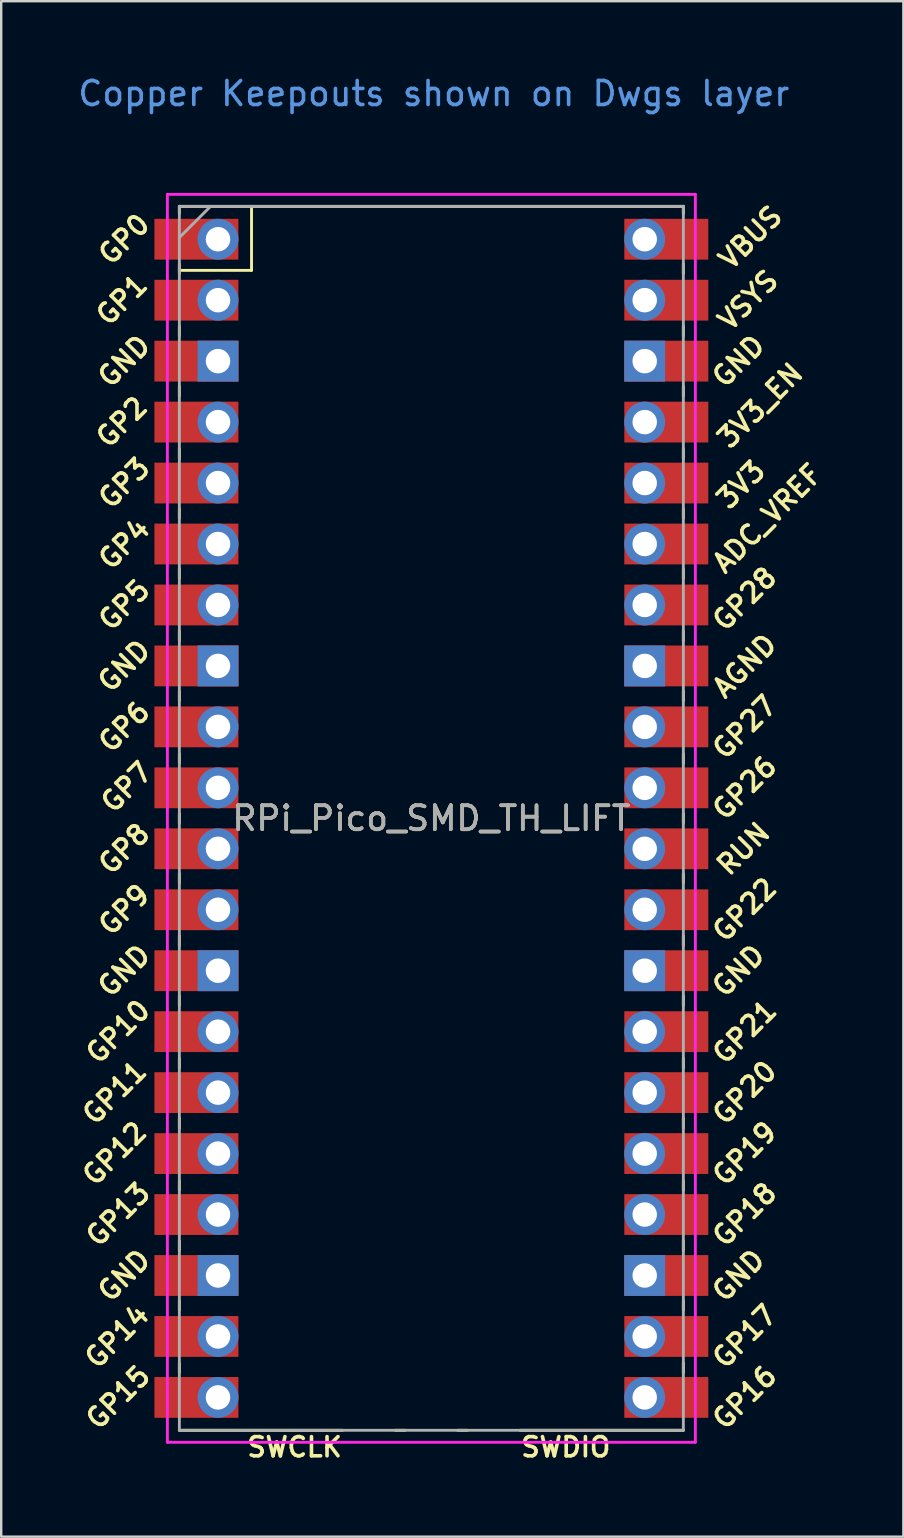
<source format=kicad_pcb>
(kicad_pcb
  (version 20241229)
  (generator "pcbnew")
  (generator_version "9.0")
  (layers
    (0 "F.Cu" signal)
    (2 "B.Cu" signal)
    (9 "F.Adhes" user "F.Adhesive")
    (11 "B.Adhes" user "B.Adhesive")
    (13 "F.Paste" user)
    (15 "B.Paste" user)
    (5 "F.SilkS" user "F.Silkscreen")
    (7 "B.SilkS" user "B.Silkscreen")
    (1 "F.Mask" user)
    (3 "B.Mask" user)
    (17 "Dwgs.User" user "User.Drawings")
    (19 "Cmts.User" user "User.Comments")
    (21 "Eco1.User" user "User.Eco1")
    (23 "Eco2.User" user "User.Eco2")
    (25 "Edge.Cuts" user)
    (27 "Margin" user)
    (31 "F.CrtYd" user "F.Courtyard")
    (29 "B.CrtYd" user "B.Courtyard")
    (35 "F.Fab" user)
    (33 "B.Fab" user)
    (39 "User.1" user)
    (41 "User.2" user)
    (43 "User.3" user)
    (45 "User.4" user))
  (footprint "RPi_Pico_SMD_TH_LIFT"
    (layer "F.Cu")
    (at 14.924 31.048)
    (property "Reference" "RPi_Pico_SMD_TH_LIFT" (at 0 0 0) (layer "F.SilkS") (effects (font (size 1 1) (thickness 0.15))))
    (attr through_hole)
    (fp_line (start -10.5 -25.5) (end -10.5 -25.2) (stroke (width 0.12) (type solid)) (layer "F.SilkS"))
    (fp_line (start -10.5 -25.5) (end 10.5 -25.5) (stroke (width 0.12) (type solid)) (layer "F.SilkS"))
    (fp_line (start -10.5 -23.1) (end -10.5 -22.7) (stroke (width 0.12) (type solid)) (layer "F.SilkS"))
    (fp_line (start -10.5 -22.833) (end -7.493 -22.833) (stroke (width 0.12) (type solid)) (layer "F.SilkS"))
    (fp_line (start -10.5 -20.5) (end -10.5 -20.1) (stroke (width 0.12) (type solid)) (layer "F.SilkS"))
    (fp_line (start -10.5 -18) (end -10.5 -17.6) (stroke (width 0.12) (type solid)) (layer "F.SilkS"))
    (fp_line (start -10.5 -15.4) (end -10.5 -15) (stroke (width 0.12) (type solid)) (layer "F.SilkS"))
    (fp_line (start -10.5 -12.9) (end -10.5 -12.5) (stroke (width 0.12) (type solid)) (layer "F.SilkS"))
    (fp_line (start -10.5 -10.4) (end -10.5 -10) (stroke (width 0.12) (type solid)) (layer "F.SilkS"))
    (fp_line (start -10.5 -7.8) (end -10.5 -7.4) (stroke (width 0.12) (type solid)) (layer "F.SilkS"))
    (fp_line (start -10.5 -5.3) (end -10.5 -4.9) (stroke (width 0.12) (type solid)) (layer "F.SilkS"))
    (fp_line (start -10.5 -2.7) (end -10.5 -2.3) (stroke (width 0.12) (type solid)) (layer "F.SilkS"))
    (fp_line (start -10.5 -0.2) (end -10.5 0.2) (stroke (width 0.12) (type solid)) (layer "F.SilkS"))
    (fp_line (start -10.5 2.3) (end -10.5 2.7) (stroke (width 0.12) (type solid)) (layer "F.SilkS"))
    (fp_line (start -10.5 4.9) (end -10.5 5.3) (stroke (width 0.12) (type solid)) (layer "F.SilkS"))
    (fp_line (start -10.5 7.4) (end -10.5 7.8) (stroke (width 0.12) (type solid)) (layer "F.SilkS"))
    (fp_line (start -10.5 10) (end -10.5 10.4) (stroke (width 0.12) (type solid)) (layer "F.SilkS"))
    (fp_line (start -10.5 12.5) (end -10.5 12.9) (stroke (width 0.12) (type solid)) (layer "F.SilkS"))
    (fp_line (start -10.5 15.1) (end -10.5 15.5) (stroke (width 0.12) (type solid)) (layer "F.SilkS"))
    (fp_line (start -10.5 17.6) (end -10.5 18) (stroke (width 0.12) (type solid)) (layer "F.SilkS"))
    (fp_line (start -10.5 20.1) (end -10.5 20.5) (stroke (width 0.12) (type solid)) (layer "F.SilkS"))
    (fp_line (start -10.5 22.7) (end -10.5 23.1) (stroke (width 0.12) (type solid)) (layer "F.SilkS"))
    (fp_line (start -7.493 -22.833) (end -7.493 -25.5) (stroke (width 0.12) (type solid)) (layer "F.SilkS"))
    (fp_line (start -3.7 25.5) (end -10.5 25.5) (stroke (width 0.12) (type solid)) (layer "F.SilkS"))
    (fp_line (start -1.5 25.5) (end -1.1 25.5) (stroke (width 0.12) (type solid)) (layer "F.SilkS"))
    (fp_line (start 1.1 25.5) (end 1.5 25.5) (stroke (width 0.12) (type solid)) (layer "F.SilkS"))
    (fp_line (start 10.5 -25.5) (end 10.5 -25.2) (stroke (width 0.12) (type solid)) (layer "F.SilkS"))
    (fp_line (start 10.5 -23.1) (end 10.5 -22.7) (stroke (width 0.12) (type solid)) (layer "F.SilkS"))
    (fp_line (start 10.5 -20.5) (end 10.5 -20.1) (stroke (width 0.12) (type solid)) (layer "F.SilkS"))
    (fp_line (start 10.5 -18) (end 10.5 -17.6) (stroke (width 0.12) (type solid)) (layer "F.SilkS"))
    (fp_line (start 10.5 -15.4) (end 10.5 -15) (stroke (width 0.12) (type solid)) (layer "F.SilkS"))
    (fp_line (start 10.5 -12.9) (end 10.5 -12.5) (stroke (width 0.12) (type solid)) (layer "F.SilkS"))
    (fp_line (start 10.5 -10.4) (end 10.5 -10) (stroke (width 0.12) (type solid)) (layer "F.SilkS"))
    (fp_line (start 10.5 -7.8) (end 10.5 -7.4) (stroke (width 0.12) (type solid)) (layer "F.SilkS"))
    (fp_line (start 10.5 -5.3) (end 10.5 -4.9) (stroke (width 0.12) (type solid)) (layer "F.SilkS"))
    (fp_line (start 10.5 -2.7) (end 10.5 -2.3) (stroke (width 0.12) (type solid)) (layer "F.SilkS"))
    (fp_line (start 10.5 -0.2) (end 10.5 0.2) (stroke (width 0.12) (type solid)) (layer "F.SilkS"))
    (fp_line (start 10.5 2.3) (end 10.5 2.7) (stroke (width 0.12) (type solid)) (layer "F.SilkS"))
    (fp_line (start 10.5 4.9) (end 10.5 5.3) (stroke (width 0.12) (type solid)) (layer "F.SilkS"))
    (fp_line (start 10.5 7.4) (end 10.5 7.8) (stroke (width 0.12) (type solid)) (layer "F.SilkS"))
    (fp_line (start 10.5 10) (end 10.5 10.4) (stroke (width 0.12) (type solid)) (layer "F.SilkS"))
    (fp_line (start 10.5 12.5) (end 10.5 12.9) (stroke (width 0.12) (type solid)) (layer "F.SilkS"))
    (fp_line (start 10.5 15.1) (end 10.5 15.5) (stroke (width 0.12) (type solid)) (layer "F.SilkS"))
    (fp_line (start 10.5 17.6) (end 10.5 18) (stroke (width 0.12) (type solid)) (layer "F.SilkS"))
    (fp_line (start 10.5 20.1) (end 10.5 20.5) (stroke (width 0.12) (type solid)) (layer "F.SilkS"))
    (fp_line (start 10.5 22.7) (end 10.5 23.1) (stroke (width 0.12) (type solid)) (layer "F.SilkS"))
    (fp_line (start 10.5 25.5) (end 3.7 25.5) (stroke (width 0.12) (type solid)) (layer "F.SilkS"))
    (fp_line (start -11 -26) (end 11 -26) (stroke (width 0.12) (type solid)) (layer "F.CrtYd"))
    (fp_line (start -11 26) (end -11 -26) (stroke (width 0.12) (type solid)) (layer "F.CrtYd"))
    (fp_line (start 11 -26) (end 11 26) (stroke (width 0.12) (type solid)) (layer "F.CrtYd"))
    (fp_line (start 11 26) (end -11 26) (stroke (width 0.12) (type solid)) (layer "F.CrtYd"))
    (fp_line (start -10.5 -25.5) (end 10.5 -25.5) (stroke (width 0.12) (type solid)) (layer "F.Fab"))
    (fp_line (start -10.5 -24.2) (end -9.2 -25.5) (stroke (width 0.12) (type solid)) (layer "F.Fab"))
    (fp_line (start -10.5 25.5) (end -10.5 -25.5) (stroke (width 0.12) (type solid)) (layer "F.Fab"))
    (fp_line (start 10.5 -25.5) (end 10.5 25.5) (stroke (width 0.12) (type solid)) (layer "F.Fab"))
    (fp_line (start 10.5 25.5) (end -10.5 25.5) (stroke (width 0.12) (type solid)) (layer "F.Fab"))
    (fp_text user "GND" (at -12.8 -6.35 45) (layer "F.SilkS") (effects (font (size 0.8 0.8) (thickness 0.15))))
    (fp_text user "GP16" (at 13.054 24.13 45) (layer "F.SilkS") (effects (font (size 0.8 0.8) (thickness 0.15))))
    (fp_text user "GP1" (at -12.9 -21.6 45) (layer "F.SilkS") (effects (font (size 0.8 0.8) (thickness 0.15))))
    (fp_text user "GND" (at -12.8 -19.05 45) (layer "F.SilkS") (effects (font (size 0.8 0.8) (thickness 0.15))))
    (fp_text user "GP12" (at -13.2 13.97 45) (layer "F.SilkS") (effects (font (size 0.8 0.8) (thickness 0.15))))
    (fp_text user "GP2" (at -12.9 -16.51 45) (layer "F.SilkS") (effects (font (size 0.8 0.8) (thickness 0.15))))
    (fp_text user "GP3" (at -12.8 -13.97 45) (layer "F.SilkS") (effects (font (size 0.8 0.8) (thickness 0.15))))
    (fp_text user "GP8" (at -12.8 1.27 45) (layer "F.SilkS") (effects (font (size 0.8 0.8) (thickness 0.15))))
    (fp_text user "GP10" (at -13.054 8.89 45) (layer "F.SilkS") (effects (font (size 0.8 0.8) (thickness 0.15))))
    (fp_text user "GND" (at 12.8 19.05 45) (layer "F.SilkS") (effects (font (size 0.8 0.8) (thickness 0.15))))
    (fp_text user "3V3" (at 12.9 -13.9 45) (layer "F.SilkS") (effects (font (size 0.8 0.8) (thickness 0.15))))
    (fp_text user "GP22" (at 13.054 3.81 45) (layer "F.SilkS") (effects (font (size 0.8 0.8) (thickness 0.15))))
    (fp_text user "GP11" (at -13.2 11.43 45) (layer "F.SilkS") (effects (font (size 0.8 0.8) (thickness 0.15))))
    (fp_text user "GND" (at -12.8 19.05 45) (layer "F.SilkS") (effects (font (size 0.8 0.8) (thickness 0.15))))
    (fp_text user "GP6" (at -12.8 -3.81 45) (layer "F.SilkS") (effects (font (size 0.8 0.8) (thickness 0.15))))
    (fp_text user "GP28" (at 13.054 -9.144 45) (layer "F.SilkS") (effects (font (size 0.8 0.8) (thickness 0.15))))
    (fp_text user "ADC_VREF" (at 14 -12.5 45) (layer "F.SilkS") (effects (font (size 0.8 0.8) (thickness 0.15))))
    (fp_text user "GP26" (at 13.054 -1.27 45) (layer "F.SilkS") (effects (font (size 0.8 0.8) (thickness 0.15))))
    (fp_text user "GND" (at 12.8 -19.05 45) (layer "F.SilkS") (effects (font (size 0.8 0.8) (thickness 0.15))))
    (fp_text user "GP5" (at -12.8 -8.89 45) (layer "F.SilkS") (effects (font (size 0.8 0.8) (thickness 0.15))))
    (fp_text user "VSYS" (at 13.2 -21.59 45) (layer "F.SilkS") (effects (font (size 0.8 0.8) (thickness 0.15))))
    (fp_text user "RUN" (at 13 1.27 45) (layer "F.SilkS") (effects (font (size 0.8 0.8) (thickness 0.15))))
    (fp_text user "GP27" (at 13.054 -3.8 45) (layer "F.SilkS") (effects (font (size 0.8 0.8) (thickness 0.15))))
    (fp_text user "GND" (at 12.8 6.35 45) (layer "F.SilkS") (effects (font (size 0.8 0.8) (thickness 0.15))))
    (fp_text user "GP21" (at 13.054 8.9 45) (layer "F.SilkS") (effects (font (size 0.8 0.8) (thickness 0.15))))
    (fp_text user "GP4" (at -12.8 -11.43 45) (layer "F.SilkS") (effects (font (size 0.8 0.8) (thickness 0.15))))
    (fp_text user "3V3_EN" (at 13.7 -17.2 45) (layer "F.SilkS") (effects (font (size 0.8 0.8) (thickness 0.15))))
    (fp_text user "GP14" (at -13.1 21.59 45) (layer "F.SilkS") (effects (font (size 0.8 0.8) (thickness 0.15))))
    (fp_text user "GP20" (at 13.054 11.43 45) (layer "F.SilkS") (effects (font (size 0.8 0.8) (thickness 0.15))))
    (fp_text user "SWDIO" (at 5.6 26.2 0) (layer "F.SilkS") (effects (font (size 0.8 0.8) (thickness 0.15))))
    (fp_text user "GP7" (at -12.7 -1.3 45) (layer "F.SilkS") (effects (font (size 0.8 0.8) (thickness 0.15))))
    (fp_text user "GP17" (at 13.054 21.59 45) (layer "F.SilkS") (effects (font (size 0.8 0.8) (thickness 0.15))))
    (fp_text user "GP19" (at 13.054 13.97 45) (layer "F.SilkS") (effects (font (size 0.8 0.8) (thickness 0.15))))
    (fp_text user "SWCLK" (at -5.7 26.2 0) (layer "F.SilkS") (effects (font (size 0.8 0.8) (thickness 0.15))))
    (fp_text user "AGND" (at 13.054 -6.35 45) (layer "F.SilkS") (effects (font (size 0.8 0.8) (thickness 0.15))))
    (fp_text user "GND" (at -12.8 6.35 45) (layer "F.SilkS") (effects (font (size 0.8 0.8) (thickness 0.15))))
    (fp_text user "GP18" (at 13.054 16.51 45) (layer "F.SilkS") (effects (font (size 0.8 0.8) (thickness 0.15))))
    (fp_text user "VBUS" (at 13.3 -24.2 45) (layer "F.SilkS") (effects (font (size 0.8 0.8) (thickness 0.15))))
    (fp_text user "GP15" (at -13.054 24.13 45) (layer "F.SilkS") (effects (font (size 0.8 0.8) (thickness 0.15))))
    (fp_text user "GP0" (at -12.8 -24.13 45) (layer "F.SilkS") (effects (font (size 0.8 0.8) (thickness 0.15))))
    (fp_text user "GP13" (at -13.054 16.51 45) (layer "F.SilkS") (effects (font (size 0.8 0.8) (thickness 0.15))))
    (fp_text user "GP9" (at -12.8 3.81 45) (layer "F.SilkS") (effects (font (size 0.8 0.8) (thickness 0.15))))
    (fp_text user "Copper Keepouts shown on Dwgs layer" (at 0.1 -30.2 0) (layer "Cmts.User") (effects (font (size 1 1) (thickness 0.15))))
    (fp_text user "${REFERENCE}" (at 0 0 180) (layer "F.Fab") (effects (font (size 1 1) (thickness 0.15))))
    (pad "1" thru_hole oval (at -8.89 -24.13) (size 1.7 1.7) (drill 1.02) (layers "*.Cu" "*.Mask"))
    (pad "1" smd rect (at -8.89 -24.13) (size 3.5 1.7) (drill (offset -0.9 0)) (layers "F.Cu" "F.Mask"))
    (pad "2" thru_hole oval (at -8.89 -21.59) (size 1.7 1.7) (drill 1.02) (layers "*.Cu" "*.Mask"))
    (pad "2" smd rect (at -8.89 -21.59) (size 3.5 1.7) (drill (offset -0.9 0)) (layers "F.Cu" "F.Mask"))
    (pad "3" thru_hole rect (at -8.89 -19.05) (size 1.7 1.7) (drill 1.02) (layers "*.Cu" "*.Mask"))
    (pad "3" smd rect (at -8.89 -19.05) (size 3.5 1.7) (drill (offset -0.9 0)) (layers "F.Cu" "F.Mask"))
    (pad "4" thru_hole oval (at -8.89 -16.51) (size 1.7 1.7) (drill 1.02) (layers "*.Cu" "*.Mask"))
    (pad "4" smd rect (at -8.89 -16.51) (size 3.5 1.7) (drill (offset -0.9 0)) (layers "F.Cu" "F.Mask"))
    (pad "5" thru_hole oval (at -8.89 -13.97) (size 1.7 1.7) (drill 1.02) (layers "*.Cu" "*.Mask"))
    (pad "5" smd rect (at -8.89 -13.97) (size 3.5 1.7) (drill (offset -0.9 0)) (layers "F.Cu" "F.Mask"))
    (pad "6" thru_hole oval (at -8.89 -11.43) (size 1.7 1.7) (drill 1.02) (layers "*.Cu" "*.Mask"))
    (pad "6" smd rect (at -8.89 -11.43) (size 3.5 1.7) (drill (offset -0.9 0)) (layers "F.Cu" "F.Mask"))
    (pad "7" thru_hole oval (at -8.89 -8.89) (size 1.7 1.7) (drill 1.02) (layers "*.Cu" "*.Mask"))
    (pad "7" smd rect (at -8.89 -8.89) (size 3.5 1.7) (drill (offset -0.9 0)) (layers "F.Cu" "F.Mask"))
    (pad "8" thru_hole rect (at -8.89 -6.35) (size 1.7 1.7) (drill 1.02) (layers "*.Cu" "*.Mask"))
    (pad "8" smd rect (at -8.89 -6.35) (size 3.5 1.7) (drill (offset -0.9 0)) (layers "F.Cu" "F.Mask"))
    (pad "9" thru_hole oval (at -8.89 -3.81) (size 1.7 1.7) (drill 1.02) (layers "*.Cu" "*.Mask"))
    (pad "9" smd rect (at -8.89 -3.81) (size 3.5 1.7) (drill (offset -0.9 0)) (layers "F.Cu" "F.Mask"))
    (pad "10" thru_hole oval (at -8.89 -1.27) (size 1.7 1.7) (drill 1.02) (layers "*.Cu" "*.Mask"))
    (pad "10" smd rect (at -8.89 -1.27) (size 3.5 1.7) (drill (offset -0.9 0)) (layers "F.Cu" "F.Mask"))
    (pad "11" thru_hole oval (at -8.89 1.27) (size 1.7 1.7) (drill 1.02) (layers "*.Cu" "*.Mask"))
    (pad "11" smd rect (at -8.89 1.27) (size 3.5 1.7) (drill (offset -0.9 0)) (layers "F.Cu" "F.Mask"))
    (pad "12" thru_hole oval (at -8.89 3.81) (size 1.7 1.7) (drill 1.02) (layers "*.Cu" "*.Mask"))
    (pad "12" smd rect (at -8.89 3.81) (size 3.5 1.7) (drill (offset -0.9 0)) (layers "F.Cu" "F.Mask"))
    (pad "13" thru_hole rect (at -8.89 6.35) (size 1.7 1.7) (drill 1.02) (layers "*.Cu" "*.Mask"))
    (pad "13" smd rect (at -8.89 6.35) (size 3.5 1.7) (drill (offset -0.9 0)) (layers "F.Cu" "F.Mask"))
    (pad "14" thru_hole oval (at -8.89 8.89) (size 1.7 1.7) (drill 1.02) (layers "*.Cu" "*.Mask"))
    (pad "14" smd rect (at -8.89 8.89) (size 3.5 1.7) (drill (offset -0.9 0)) (layers "F.Cu" "F.Mask"))
    (pad "15" thru_hole oval (at -8.89 11.43) (size 1.7 1.7) (drill 1.02) (layers "*.Cu" "*.Mask"))
    (pad "15" smd rect (at -8.89 11.43) (size 3.5 1.7) (drill (offset -0.9 0)) (layers "F.Cu" "F.Mask"))
    (pad "16" thru_hole oval (at -8.89 13.97) (size 1.7 1.7) (drill 1.02) (layers "*.Cu" "*.Mask"))
    (pad "16" smd rect (at -8.89 13.97) (size 3.5 1.7) (drill (offset -0.9 0)) (layers "F.Cu" "F.Mask"))
    (pad "17" thru_hole oval (at -8.89 16.51) (size 1.7 1.7) (drill 1.02) (layers "*.Cu" "*.Mask"))
    (pad "17" smd rect (at -8.89 16.51) (size 3.5 1.7) (drill (offset -0.9 0)) (layers "F.Cu" "F.Mask"))
    (pad "18" thru_hole rect (at -8.89 19.05) (size 1.7 1.7) (drill 1.02) (layers "*.Cu" "*.Mask"))
    (pad "18" smd rect (at -8.89 19.05) (size 3.5 1.7) (drill (offset -0.9 0)) (layers "F.Cu" "F.Mask"))
    (pad "19" thru_hole oval (at -8.89 21.59) (size 1.7 1.7) (drill 1.02) (layers "*.Cu" "*.Mask"))
    (pad "19" smd rect (at -8.89 21.59) (size 3.5 1.7) (drill (offset -0.9 0)) (layers "F.Cu" "F.Mask"))
    (pad "20" thru_hole oval (at -8.89 24.13) (size 1.7 1.7) (drill 1.02) (layers "*.Cu" "*.Mask"))
    (pad "20" smd rect (at -8.89 24.13) (size 3.5 1.7) (drill (offset -0.9 0)) (layers "F.Cu" "F.Mask"))
    (pad "21" thru_hole oval (at 8.89 24.13) (size 1.7 1.7) (drill 1.02) (layers "*.Cu" "*.Mask"))
    (pad "21" smd rect (at 8.89 24.13) (size 3.5 1.7) (drill (offset 0.9 0)) (layers "F.Cu" "F.Mask"))
    (pad "22" thru_hole oval (at 8.89 21.59) (size 1.7 1.7) (drill 1.02) (layers "*.Cu" "*.Mask"))
    (pad "22" smd rect (at 8.89 21.59) (size 3.5 1.7) (drill (offset 0.9 0)) (layers "F.Cu" "F.Mask"))
    (pad "23" thru_hole rect (at 8.89 19.05) (size 1.7 1.7) (drill 1.02) (layers "*.Cu" "*.Mask"))
    (pad "23" smd rect (at 8.89 19.05) (size 3.5 1.7) (drill (offset 0.9 0)) (layers "F.Cu" "F.Mask"))
    (pad "24" thru_hole oval (at 8.89 16.51) (size 1.7 1.7) (drill 1.02) (layers "*.Cu" "*.Mask"))
    (pad "24" smd rect (at 8.89 16.51) (size 3.5 1.7) (drill (offset 0.9 0)) (layers "F.Cu" "F.Mask"))
    (pad "25" thru_hole oval (at 8.89 13.97) (size 1.7 1.7) (drill 1.02) (layers "*.Cu" "*.Mask"))
    (pad "25" smd rect (at 8.89 13.97) (size 3.5 1.7) (drill (offset 0.9 0)) (layers "F.Cu" "F.Mask"))
    (pad "26" thru_hole oval (at 8.89 11.43) (size 1.7 1.7) (drill 1.02) (layers "*.Cu" "*.Mask"))
    (pad "26" smd rect (at 8.89 11.43) (size 3.5 1.7) (drill (offset 0.9 0)) (layers "F.Cu" "F.Mask"))
    (pad "27" thru_hole oval (at 8.89 8.89) (size 1.7 1.7) (drill 1.02) (layers "*.Cu" "*.Mask"))
    (pad "27" smd rect (at 8.89 8.89) (size 3.5 1.7) (drill (offset 0.9 0)) (layers "F.Cu" "F.Mask"))
    (pad "28" thru_hole rect (at 8.89 6.35) (size 1.7 1.7) (drill 1.02) (layers "*.Cu" "*.Mask"))
    (pad "28" smd rect (at 8.89 6.35) (size 3.5 1.7) (drill (offset 0.9 0)) (layers "F.Cu" "F.Mask"))
    (pad "29" thru_hole oval (at 8.89 3.81) (size 1.7 1.7) (drill 1.02) (layers "*.Cu" "*.Mask"))
    (pad "29" smd rect (at 8.89 3.81) (size 3.5 1.7) (drill (offset 0.9 0)) (layers "F.Cu" "F.Mask"))
    (pad "30" thru_hole oval (at 8.89 1.27) (size 1.7 1.7) (drill 1.02) (layers "*.Cu" "*.Mask"))
    (pad "30" smd rect (at 8.89 1.27) (size 3.5 1.7) (drill (offset 0.9 0)) (layers "F.Cu" "F.Mask"))
    (pad "31" thru_hole oval (at 8.89 -1.27) (size 1.7 1.7) (drill 1.02) (layers "*.Cu" "*.Mask"))
    (pad "31" smd rect (at 8.89 -1.27) (size 3.5 1.7) (drill (offset 0.9 0)) (layers "F.Cu" "F.Mask"))
    (pad "32" thru_hole oval (at 8.89 -3.81) (size 1.7 1.7) (drill 1.02) (layers "*.Cu" "*.Mask"))
    (pad "32" smd rect (at 8.89 -3.81) (size 3.5 1.7) (drill (offset 0.9 0)) (layers "F.Cu" "F.Mask"))
    (pad "33" thru_hole rect (at 8.89 -6.35) (size 1.7 1.7) (drill 1.02) (layers "*.Cu" "*.Mask"))
    (pad "33" smd rect (at 8.89 -6.35) (size 3.5 1.7) (drill (offset 0.9 0)) (layers "F.Cu" "F.Mask"))
    (pad "34" thru_hole oval (at 8.89 -8.89) (size 1.7 1.7) (drill 1.02) (layers "*.Cu" "*.Mask"))
    (pad "34" smd rect (at 8.89 -8.89) (size 3.5 1.7) (drill (offset 0.9 0)) (layers "F.Cu" "F.Mask"))
    (pad "35" thru_hole oval (at 8.89 -11.43) (size 1.7 1.7) (drill 1.02) (layers "*.Cu" "*.Mask"))
    (pad "35" smd rect (at 8.89 -11.43) (size 3.5 1.7) (drill (offset 0.9 0)) (layers "F.Cu" "F.Mask"))
    (pad "36" thru_hole oval (at 8.89 -13.97) (size 1.7 1.7) (drill 1.02) (layers "*.Cu" "*.Mask"))
    (pad "36" smd rect (at 8.89 -13.97) (size 3.5 1.7) (drill (offset 0.9 0)) (layers "F.Cu" "F.Mask"))
    (pad "37" thru_hole oval (at 8.89 -16.51) (size 1.7 1.7) (drill 1.02) (layers "*.Cu" "*.Mask"))
    (pad "37" smd rect (at 8.89 -16.51) (size 3.5 1.7) (drill (offset 0.9 0)) (layers "F.Cu" "F.Mask"))
    (pad "38" thru_hole rect (at 8.89 -19.05) (size 1.7 1.7) (drill 1.02) (layers "*.Cu" "*.Mask"))
    (pad "38" smd rect (at 8.89 -19.05) (size 3.5 1.7) (drill (offset 0.9 0)) (layers "F.Cu" "F.Mask"))
    (pad "39" thru_hole oval (at 8.89 -21.59) (size 1.7 1.7) (drill 1.02) (layers "*.Cu" "*.Mask"))
    (pad "39" smd rect (at 8.89 -21.59) (size 3.5 1.7) (drill (offset 0.9 0)) (layers "F.Cu" "F.Mask"))
    (pad "40" thru_hole oval (at 8.89 -24.13) (size 1.7 1.7) (drill 1.02) (layers "*.Cu" "*.Mask"))
    (pad "40" smd rect (at 8.89 -24.13) (size 3.5 1.7) (drill (offset 0.9 0)) (layers "F.Cu" "F.Mask")))
  (gr_rect
    (start -3 -3)
    (end 34.591 60.98)
    (stroke (width 0.1) (type default))
    (fill no)
    (layer "Edge.Cuts")))
</source>
